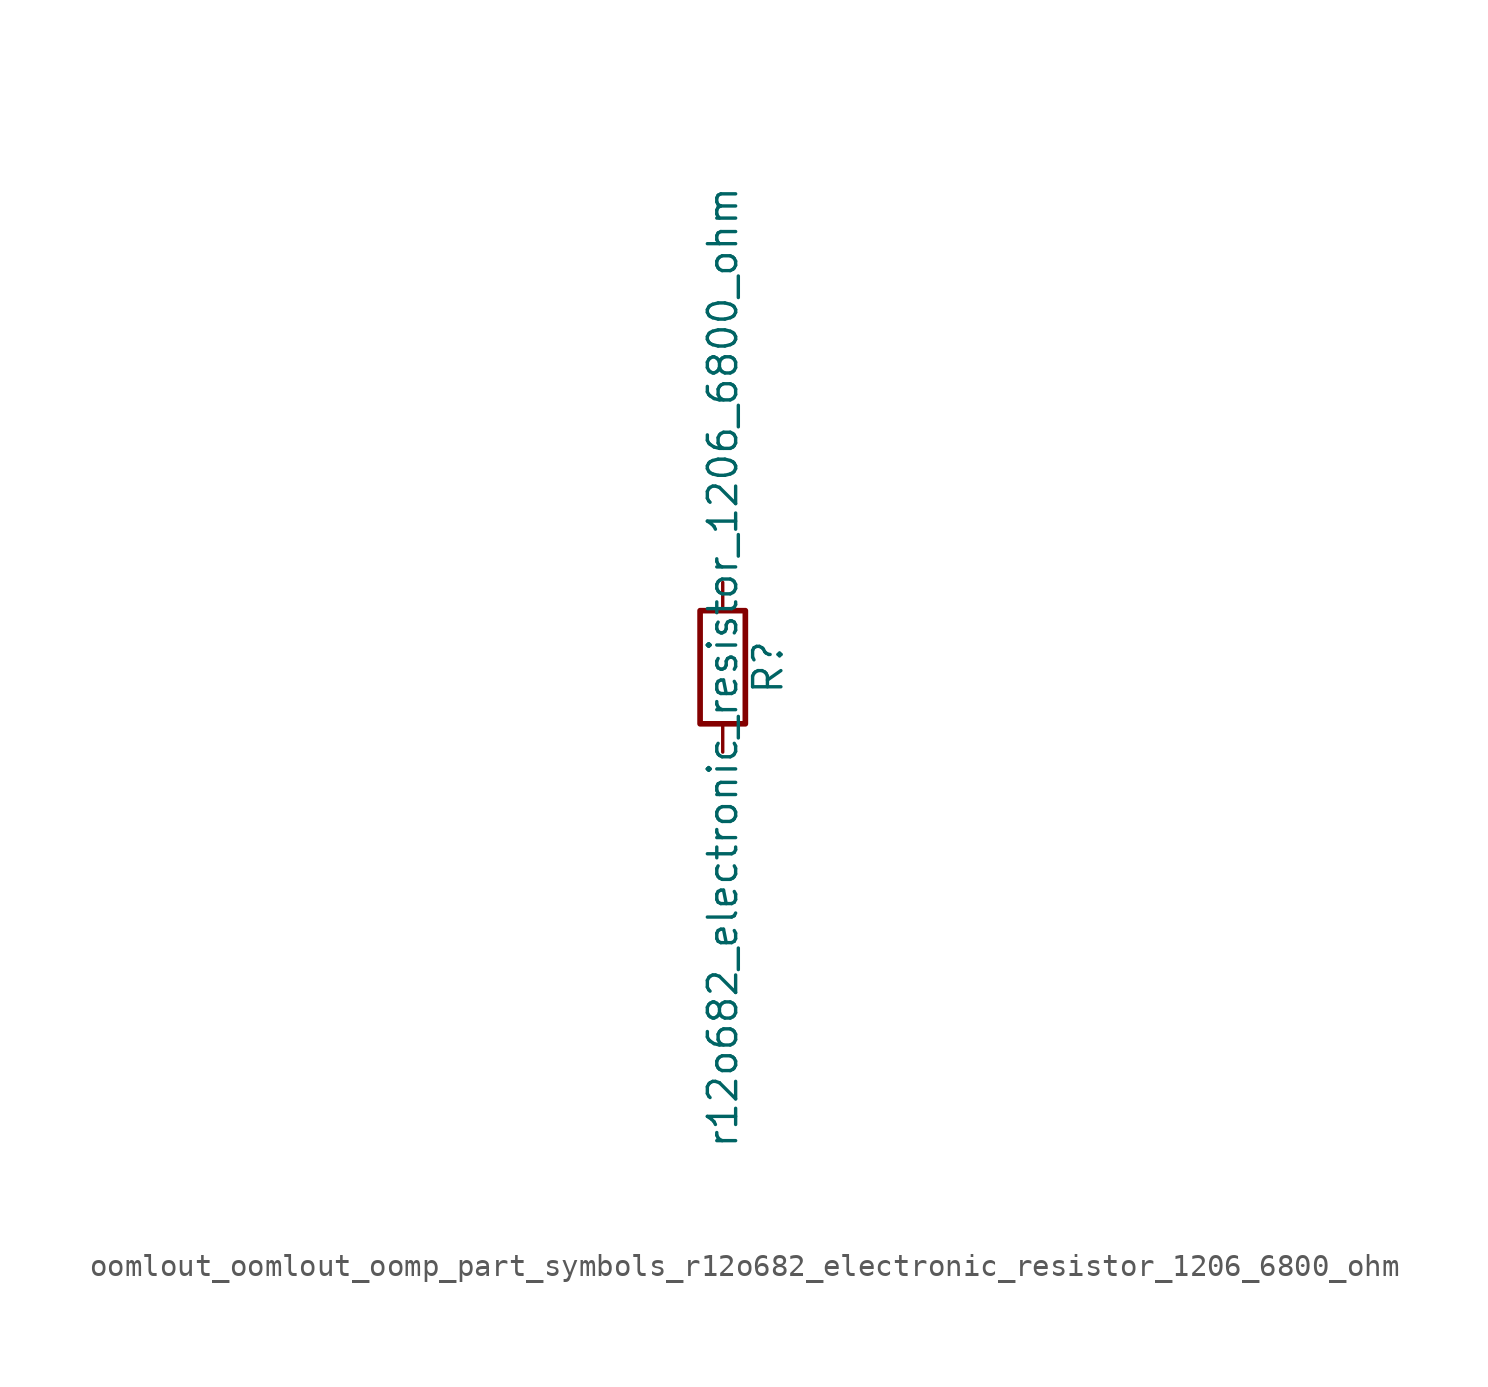
<source format=kicad_sym>
(kicad_symbol_lib
  (version 20220914)
  (generator kicad_symbol_editor)
  (symbol "oomlout_oomlout_oomp_part_symbols_r12o682_electronic_resistor_1206_6800_ohm"
    (pin_numbers hide)
    (pin_names
      (offset 0))
    (property "Reference" "R"
      (at 2.032 0 90)
      (effects (font (size 1.27 1.27))))
    (property "Value" "r12o682_electronic_resistor_1206_6800_ohm"
      (at 0 0 90)
      (effects (font (size 1.27 1.27))))
    (symbol "oomlout_oomlout_oomp_part_symbols_r12o682_electronic_resistor_1206_6800_ohm_0_1"
      (rectangle (start -1.016 -2.54) (end 1.016 2.54) (stroke (width 0.254) (type default)) (fill (type none))))
    (symbol "oomlout_oomlout_oomp_part_symbols_r12o682_electronic_resistor_1206_6800_ohm_1_1"
      (pin passive line (at 0 3.81 270) (length 1.27) (name "~" (effects (font (size 1.27 1.27)))) (number "1" (effects (font (size 1.27 1.27)))))
      (pin passive line (at 0 -3.81 90) (length 1.27) (name "~" (effects (font (size 1.27 1.27)))) (number "2" (effects (font (size 1.27 1.27))))))))
</source>
